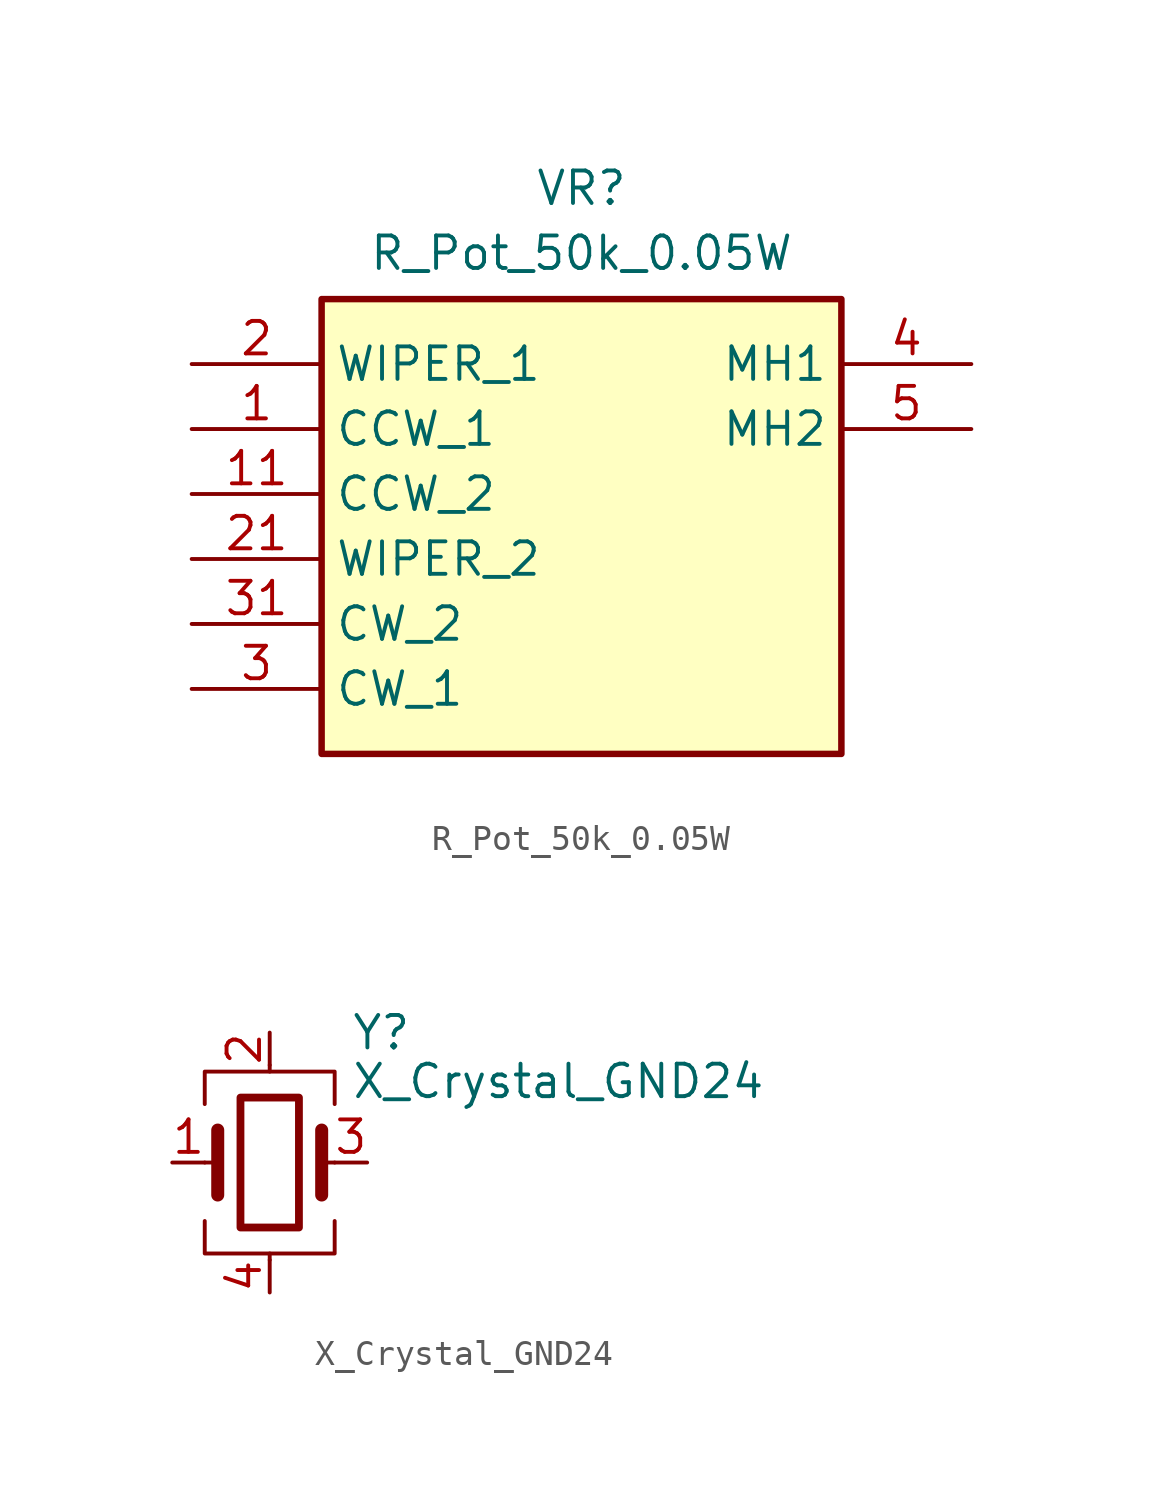
<source format=kicad_sym>
(kicad_symbol_lib
  (version 20241209)
  (generator "kicad_symbol_editor")
  (generator_version "9.0")
  (symbol "R_Pot_50k_0.05W"
    (property "Reference" "VR"
      (at 0 13.97 0)
      (effects (font (size 1.27 1.27)) (justify top)))
    (property "Value" "R_Pot_50k_0.05W"
      (at 0 11.43 0)
      (effects (font (size 1.27 1.27)) (justify top)))
    (symbol "R_Pot_50k_0.05W_1_1"
      (rectangle (start -10.16 8.89) (end 10.16 -8.89) (stroke (width 0.254) (type default)) (fill (type background)))
      (pin passive line (at -15.24 6.35 0) (length 5.08) (name "WIPER_1" (effects (font (size 1.27 1.27)))) (number "2" (effects (font (size 1.27 1.27)))))
      (pin passive line (at -15.24 3.81 0) (length 5.08) (name "CCW_1" (effects (font (size 1.27 1.27)))) (number "1" (effects (font (size 1.27 1.27)))))
      (pin passive line (at -15.24 1.27 0) (length 5.08) (name "CCW_2" (effects (font (size 1.27 1.27)))) (number "11" (effects (font (size 1.27 1.27)))))
      (pin passive line (at -15.24 -1.27 0) (length 5.08) (name "WIPER_2" (effects (font (size 1.27 1.27)))) (number "21" (effects (font (size 1.27 1.27)))))
      (pin passive line (at -15.24 -3.81 0) (length 5.08) (name "CW_2" (effects (font (size 1.27 1.27)))) (number "31" (effects (font (size 1.27 1.27)))))
      (pin passive line (at -15.24 -6.35 0) (length 5.08) (name "CW_1" (effects (font (size 1.27 1.27)))) (number "3" (effects (font (size 1.27 1.27)))))
      (pin passive line (at 15.24 6.35 180) (length 5.08) (name "MH1" (effects (font (size 1.27 1.27)))) (number "4" (effects (font (size 1.27 1.27)))))
      (pin passive line (at 15.24 3.81 180) (length 5.08) (name "MH2" (effects (font (size 1.27 1.27)))) (number "5" (effects (font (size 1.27 1.27)))))))
  (symbol "X_Crystal_GND24"
    (pin_names
      (offset 1.016)
      (hide yes))
    (property "Reference" "Y"
      (at 3.175 5.08 0)
      (effects (font (size 1.27 1.27)) (justify left)))
    (property "Value" "X_Crystal_GND24"
      (at 3.175 3.175 0)
      (effects (font (size 1.27 1.27)) (justify left)))
    (symbol "X_Crystal_GND24_0_1"
      (polyline (pts (xy -2.54 2.286) (xy -2.54 3.556) (xy 2.54 3.556) (xy 2.54 2.286)) (stroke (width 0) (type default)) (fill (type none)))
      (polyline (pts (xy -2.54 0) (xy -2.032 0)) (stroke (width 0) (type default)) (fill (type none)))
      (polyline (pts (xy -2.54 -2.286) (xy -2.54 -3.556) (xy 2.54 -3.556) (xy 2.54 -2.286)) (stroke (width 0) (type default)) (fill (type none)))
      (polyline (pts (xy -2.032 -1.27) (xy -2.032 1.27)) (stroke (width 0.508) (type default)) (fill (type none)))
      (rectangle (start -1.143 2.54) (end 1.143 -2.54) (stroke (width 0.305) (type default)) (fill (type none)))
      (polyline (pts (xy 0 3.556) (xy 0 3.81)) (stroke (width 0) (type default)) (fill (type none)))
      (polyline (pts (xy 0 -3.81) (xy 0 -3.556)) (stroke (width 0) (type default)) (fill (type none)))
      (polyline (pts (xy 2.032 0) (xy 2.54 0)) (stroke (width 0) (type default)) (fill (type none)))
      (polyline (pts (xy 2.032 -1.27) (xy 2.032 1.27)) (stroke (width 0.508) (type default)) (fill (type none))))
    (symbol "X_Crystal_GND24_1_1"
      (pin passive line (at -3.81 0 0) (length 1.27) (name "1" (effects (font (size 1.27 1.27)))) (number "1" (effects (font (size 1.27 1.27)))))
      (pin passive line (at 0 5.08 270) (length 1.27) (name "2" (effects (font (size 1.27 1.27)))) (number "2" (effects (font (size 1.27 1.27)))))
      (pin passive line (at 0 -5.08 90) (length 1.27) (name "4" (effects (font (size 1.27 1.27)))) (number "4" (effects (font (size 1.27 1.27)))))
      (pin passive line (at 3.81 0 180) (length 1.27) (name "3" (effects (font (size 1.27 1.27)))) (number "3" (effects (font (size 1.27 1.27))))))))
</source>
